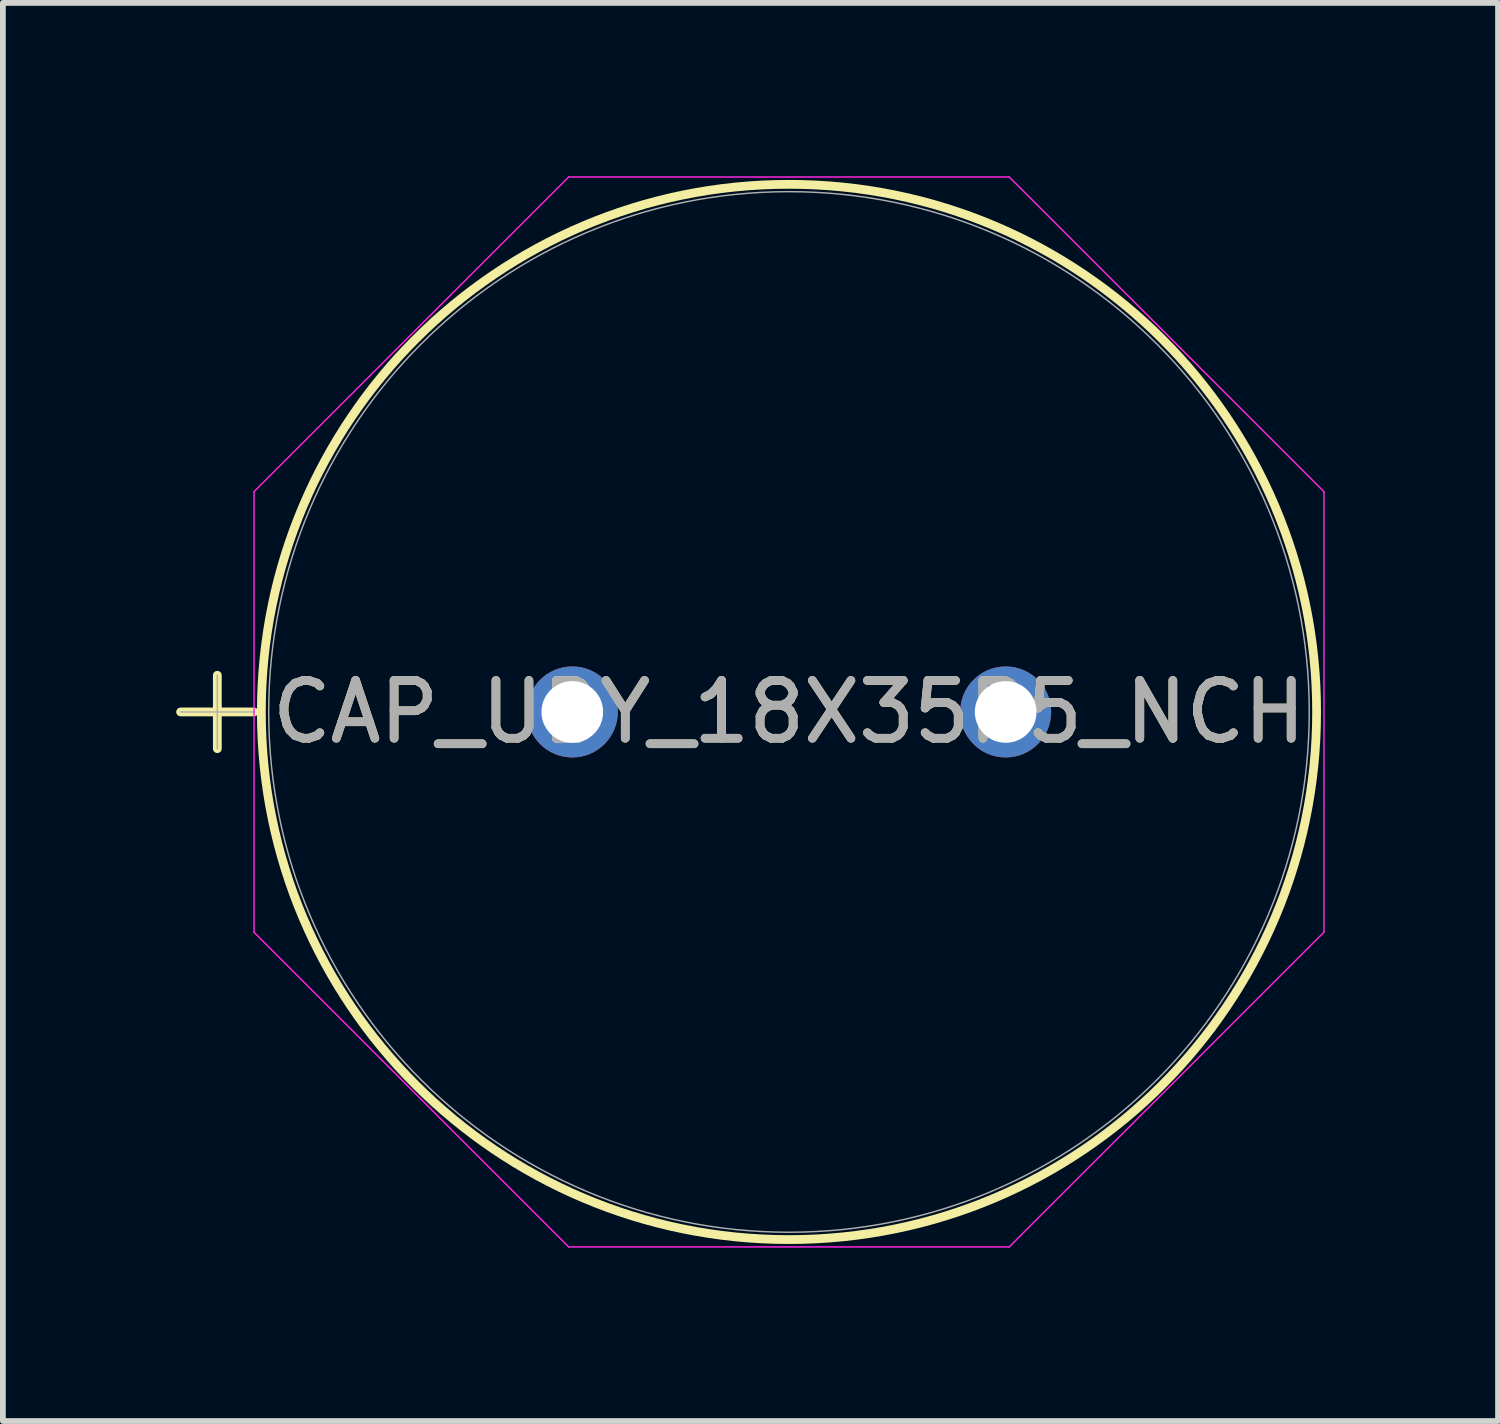
<source format=kicad_pcb>
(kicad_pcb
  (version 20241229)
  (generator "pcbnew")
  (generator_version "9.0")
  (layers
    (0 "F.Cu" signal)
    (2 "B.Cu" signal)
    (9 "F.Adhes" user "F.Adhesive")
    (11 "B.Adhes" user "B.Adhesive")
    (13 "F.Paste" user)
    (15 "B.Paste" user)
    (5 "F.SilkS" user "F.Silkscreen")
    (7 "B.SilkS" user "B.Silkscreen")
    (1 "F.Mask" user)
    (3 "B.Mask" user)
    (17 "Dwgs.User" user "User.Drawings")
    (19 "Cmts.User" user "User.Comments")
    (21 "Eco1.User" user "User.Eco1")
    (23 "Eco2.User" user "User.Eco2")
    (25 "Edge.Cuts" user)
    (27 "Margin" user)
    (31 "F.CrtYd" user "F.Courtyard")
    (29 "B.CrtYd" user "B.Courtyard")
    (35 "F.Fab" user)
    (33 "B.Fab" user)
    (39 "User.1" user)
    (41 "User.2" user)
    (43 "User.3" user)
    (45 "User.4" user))
  (footprint "CAP_UBY_18X35P5_NCH"
    (layer "F.Cu")
    (at 6.854 9.271)
    (property "Reference" "CAP_UBY_18X35P5_NCH" (at 3.75 0 0) (unlocked yes) (layer "F.SilkS") (effects (font (size 1 1) (thickness 0.15))))
    (attr through_hole)
    (fp_line (start -6.778 0) (end -5.508 0) (stroke (width 0.152) (type solid)) (layer "F.SilkS"))
    (fp_line (start -6.143 -0.635) (end -6.143 0.635) (stroke (width 0.152) (type solid)) (layer "F.SilkS"))
    (fp_circle (center 3.75 0) (end 12.881 0) (stroke (width 0.152) (type solid)) (fill no) (layer "F.SilkS"))
    (fp_line (start -5.508 -3.812) (end -0.062 -9.258) (stroke (width 0.025) (type solid)) (layer "F.CrtYd"))
    (fp_line (start -5.508 3.812) (end -5.508 -3.812) (stroke (width 0.025) (type solid)) (layer "F.CrtYd"))
    (fp_line (start -0.062 -9.258) (end 7.562 -9.258) (stroke (width 0.025) (type solid)) (layer "F.CrtYd"))
    (fp_line (start -0.062 9.258) (end -5.508 3.812) (stroke (width 0.025) (type solid)) (layer "F.CrtYd"))
    (fp_line (start 7.562 -9.258) (end 13.008 -3.812) (stroke (width 0.025) (type solid)) (layer "F.CrtYd"))
    (fp_line (start 7.562 9.258) (end -0.062 9.258) (stroke (width 0.025) (type solid)) (layer "F.CrtYd"))
    (fp_line (start 13.008 -3.812) (end 13.008 3.812) (stroke (width 0.025) (type solid)) (layer "F.CrtYd"))
    (fp_line (start 13.008 3.812) (end 7.562 9.258) (stroke (width 0.025) (type solid)) (layer "F.CrtYd"))
    (fp_line (start -6.778 0) (end -5.508 0) (stroke (width 0.025) (type solid)) (layer "F.Fab"))
    (fp_line (start -6.143 -0.635) (end -6.143 0.635) (stroke (width 0.025) (type solid)) (layer "F.Fab"))
    (fp_circle (center 3.75 0) (end 12.754 0) (stroke (width 0.025) (type solid)) (fill no) (layer "F.Fab"))
    (fp_text user "${REFERENCE}" (at 3.75 0 0) (unlocked yes) (layer "F.Fab") (effects (font (size 1 1) (thickness 0.15))))
    (pad "1" thru_hole circle (at 0 0) (size 1.575 1.575) (drill 1.067) (layers "*.Cu" "*.Mask"))
    (pad "2" thru_hole circle (at 7.5 0) (size 1.575 1.575) (drill 1.067) (layers "*.Cu" "*.Mask")))
  (gr_rect
    (start -3 -3)
    (end 22.875 21.542)
    (stroke (width 0.1) (type default))
    (fill no)
    (layer "Edge.Cuts")))
</source>
